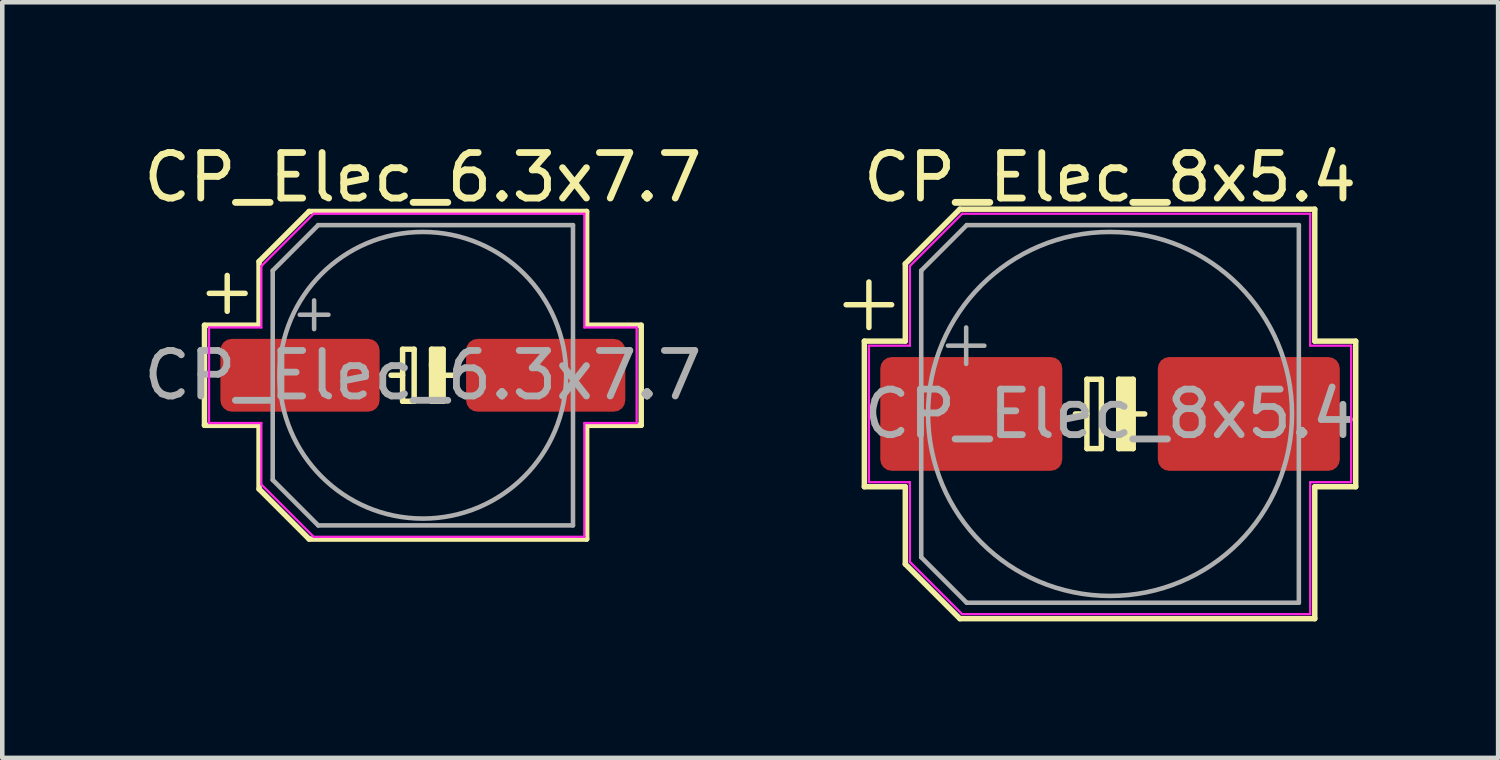
<source format=kicad_pcb>
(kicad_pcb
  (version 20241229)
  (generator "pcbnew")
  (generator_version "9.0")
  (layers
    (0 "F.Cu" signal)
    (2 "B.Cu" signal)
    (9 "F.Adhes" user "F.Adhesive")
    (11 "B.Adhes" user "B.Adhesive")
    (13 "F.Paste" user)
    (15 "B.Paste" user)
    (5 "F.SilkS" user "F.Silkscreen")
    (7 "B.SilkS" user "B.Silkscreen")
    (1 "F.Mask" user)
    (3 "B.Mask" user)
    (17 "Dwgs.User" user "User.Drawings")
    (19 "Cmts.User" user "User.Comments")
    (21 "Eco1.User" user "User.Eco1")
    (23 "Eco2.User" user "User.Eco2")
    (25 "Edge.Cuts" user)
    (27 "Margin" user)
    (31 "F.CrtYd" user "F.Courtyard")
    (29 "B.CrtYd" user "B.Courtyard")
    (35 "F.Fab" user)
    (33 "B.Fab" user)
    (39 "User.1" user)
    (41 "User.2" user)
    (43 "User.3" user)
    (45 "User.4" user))
  (footprint "CP_Elec_6.3x7.7"
    (layer "F.Cu")
    (at 6.244 5.198)
    (property "Reference" "CP_Elec_6.3x7.7" (at 0 -4.35 0) (layer "F.SilkS") (effects (font (size 1 1) (thickness 0.15))))
    (attr smd)
    (fp_line (start -4.8 -1.1) (end -4.8 1.1) (stroke (width 0.12) (type solid)) (layer "F.SilkS"))
    (fp_line (start -4.8 1.1) (end -3.6 1.1) (stroke (width 0.12) (type solid)) (layer "F.SilkS"))
    (fp_line (start -4.694 -1.8) (end -3.906 -1.8) (stroke (width 0.12) (type solid)) (layer "F.SilkS"))
    (fp_line (start -4.3 -2.194) (end -4.3 -1.406) (stroke (width 0.12) (type solid)) (layer "F.SilkS"))
    (fp_line (start -3.6 -2.5) (end -3.6 -1.1) (stroke (width 0.12) (type solid)) (layer "F.SilkS"))
    (fp_line (start -3.6 -1.1) (end -4.8 -1.1) (stroke (width 0.12) (type solid)) (layer "F.SilkS"))
    (fp_line (start -3.6 1.1) (end -3.6 2.5) (stroke (width 0.12) (type solid)) (layer "F.SilkS"))
    (fp_line (start -3.6 2.5) (end -2.5 3.6) (stroke (width 0.12) (type solid)) (layer "F.SilkS"))
    (fp_line (start -2.5 -3.6) (end -3.6 -2.5) (stroke (width 0.12) (type solid)) (layer "F.SilkS"))
    (fp_line (start -2.5 3.6) (end 3.6 3.6) (stroke (width 0.12) (type solid)) (layer "F.SilkS"))
    (fp_line (start -0.445 -0.572) (end -0.191 -0.572) (stroke (width 0.12) (type solid)) (layer "F.SilkS"))
    (fp_line (start -0.445 0) (end -0.699 0) (stroke (width 0.12) (type solid)) (layer "F.SilkS"))
    (fp_line (start -0.445 0.572) (end -0.445 -0.572) (stroke (width 0.12) (type solid)) (layer "F.SilkS"))
    (fp_line (start -0.191 -0.572) (end -0.191 0.572) (stroke (width 0.12) (type solid)) (layer "F.SilkS"))
    (fp_line (start -0.191 0.572) (end -0.445 0.572) (stroke (width 0.12) (type solid)) (layer "F.SilkS"))
    (fp_line (start 0.191 -0.572) (end 0.191 -0.191) (stroke (width 0.12) (type solid)) (layer "F.SilkS"))
    (fp_line (start 0.191 -0.572) (end 0.445 -0.572) (stroke (width 0.12) (type solid)) (layer "F.SilkS"))
    (fp_line (start 0.191 -0.254) (end 0.191 0.572) (stroke (width 0.12) (type solid)) (layer "F.SilkS"))
    (fp_line (start 0.445 0) (end 0.699 0) (stroke (width 0.12) (type solid)) (layer "F.SilkS"))
    (fp_line (start 0.445 0.572) (end 0.191 0.572) (stroke (width 0.12) (type solid)) (layer "F.SilkS"))
    (fp_line (start 0.445 0.572) (end 0.445 -0.572) (stroke (width 0.12) (type solid)) (layer "F.SilkS"))
    (fp_line (start 3.6 -3.6) (end -2.5 -3.6) (stroke (width 0.12) (type solid)) (layer "F.SilkS"))
    (fp_line (start 3.6 -1.1) (end 3.6 -3.6) (stroke (width 0.12) (type solid)) (layer "F.SilkS"))
    (fp_line (start 3.6 1.1) (end 4.8 1.1) (stroke (width 0.12) (type solid)) (layer "F.SilkS"))
    (fp_line (start 3.6 3.6) (end 3.6 1.1) (stroke (width 0.12) (type solid)) (layer "F.SilkS"))
    (fp_line (start 4.8 -1.1) (end 3.6 -1.1) (stroke (width 0.12) (type solid)) (layer "F.SilkS"))
    (fp_line (start 4.8 1.1) (end 4.8 -1.1) (stroke (width 0.12) (type solid)) (layer "F.SilkS"))
    (fp_poly (pts (xy 0.445 0.572) (xy 0.191 0.572) (xy 0.191 -0.572) (xy 0.445 -0.572)) (stroke (width 0.1) (type solid)) (fill yes) (layer "F.SilkS"))
    (fp_line (start -4.7 -1.05) (end -4.7 1.05) (stroke (width 0.05) (type solid)) (layer "F.CrtYd"))
    (fp_line (start -4.7 1.05) (end -3.55 1.05) (stroke (width 0.05) (type solid)) (layer "F.CrtYd"))
    (fp_line (start -3.55 -2.4) (end -3.55 -1.05) (stroke (width 0.05) (type solid)) (layer "F.CrtYd"))
    (fp_line (start -3.55 -2.4) (end -2.4 -3.55) (stroke (width 0.05) (type solid)) (layer "F.CrtYd"))
    (fp_line (start -3.55 -1.05) (end -4.7 -1.05) (stroke (width 0.05) (type solid)) (layer "F.CrtYd"))
    (fp_line (start -3.55 1.05) (end -3.55 2.4) (stroke (width 0.05) (type solid)) (layer "F.CrtYd"))
    (fp_line (start -3.55 2.4) (end -2.4 3.55) (stroke (width 0.05) (type solid)) (layer "F.CrtYd"))
    (fp_line (start -2.4 -3.55) (end 3.55 -3.55) (stroke (width 0.05) (type solid)) (layer "F.CrtYd"))
    (fp_line (start -2.4 3.55) (end 3.55 3.55) (stroke (width 0.05) (type solid)) (layer "F.CrtYd"))
    (fp_line (start 3.55 -3.55) (end 3.55 -1.05) (stroke (width 0.05) (type solid)) (layer "F.CrtYd"))
    (fp_line (start 3.55 -1.05) (end 4.7 -1.05) (stroke (width 0.05) (type solid)) (layer "F.CrtYd"))
    (fp_line (start 3.55 1.05) (end 3.55 3.55) (stroke (width 0.05) (type solid)) (layer "F.CrtYd"))
    (fp_line (start 4.7 -1.05) (end 4.7 1.05) (stroke (width 0.05) (type solid)) (layer "F.CrtYd"))
    (fp_line (start 4.7 1.05) (end 3.55 1.05) (stroke (width 0.05) (type solid)) (layer "F.CrtYd"))
    (fp_line (start -3.3 -2.3) (end -3.3 2.3) (stroke (width 0.1) (type solid)) (layer "F.Fab"))
    (fp_line (start -3.3 -2.3) (end -2.3 -3.3) (stroke (width 0.1) (type solid)) (layer "F.Fab"))
    (fp_line (start -3.3 2.3) (end -2.3 3.3) (stroke (width 0.1) (type solid)) (layer "F.Fab"))
    (fp_line (start -2.705 -1.33) (end -2.075 -1.33) (stroke (width 0.1) (type solid)) (layer "F.Fab"))
    (fp_line (start -2.39 -1.645) (end -2.39 -1.015) (stroke (width 0.1) (type solid)) (layer "F.Fab"))
    (fp_line (start -2.3 -3.3) (end 3.3 -3.3) (stroke (width 0.1) (type solid)) (layer "F.Fab"))
    (fp_line (start -2.3 3.3) (end 3.3 3.3) (stroke (width 0.1) (type solid)) (layer "F.Fab"))
    (fp_line (start 3.3 -3.3) (end 3.3 3.3) (stroke (width 0.1) (type solid)) (layer "F.Fab"))
    (fp_circle (center 0 0) (end 3.15 0) (stroke (width 0.1) (type solid)) (fill no) (layer "F.Fab"))
    (fp_text user "${REFERENCE}" (at 0 0 0) (layer "F.Fab") (effects (font (size 1 1) (thickness 0.15))))
    (pad "1" smd roundrect (at -2.7 0) (size 3.5 1.6) (layers "F.Cu" "F.Mask" "F.Paste") (roundrect_rratio 0.156))
    (pad "2" smd roundrect (at 2.7 0) (size 3.5 1.6) (layers "F.Cu" "F.Mask" "F.Paste") (roundrect_rratio 0.156)))
  (footprint "CP_Elec_8x5.4"
    (layer "F.Cu")
    (at 21.348 6.048)
    (property "Reference" "CP_Elec_8x5.4" (at 0 -5.2 0) (layer "F.SilkS") (effects (font (size 1 1) (thickness 0.15))))
    (attr smd)
    (fp_line (start -5.8 -2.4) (end -4.8 -2.4) (stroke (width 0.12) (type solid)) (layer "F.SilkS"))
    (fp_line (start -5.4 -1.6) (end -5.4 1.6) (stroke (width 0.12) (type solid)) (layer "F.SilkS"))
    (fp_line (start -5.4 1.6) (end -4.5 1.6) (stroke (width 0.12) (type solid)) (layer "F.SilkS"))
    (fp_line (start -5.3 -2.9) (end -5.3 -1.9) (stroke (width 0.12) (type solid)) (layer "F.SilkS"))
    (fp_line (start -4.5 -3.3) (end -4.5 -1.6) (stroke (width 0.12) (type solid)) (layer "F.SilkS"))
    (fp_line (start -4.5 -1.6) (end -5.4 -1.6) (stroke (width 0.12) (type solid)) (layer "F.SilkS"))
    (fp_line (start -4.5 1.6) (end -4.5 3.3) (stroke (width 0.12) (type solid)) (layer "F.SilkS"))
    (fp_line (start -4.5 3.3) (end -3.3 4.5) (stroke (width 0.12) (type solid)) (layer "F.SilkS"))
    (fp_line (start -3.3 -4.5) (end -4.5 -3.3) (stroke (width 0.12) (type solid)) (layer "F.SilkS"))
    (fp_line (start -3.3 4.5) (end 4.5 4.5) (stroke (width 0.12) (type solid)) (layer "F.SilkS"))
    (fp_line (start -0.508 0) (end -0.762 0) (stroke (width 0.12) (type solid)) (layer "F.SilkS"))
    (fp_line (start -0.508 0.762) (end -0.508 -0.762) (stroke (width 0.12) (type solid)) (layer "F.SilkS"))
    (fp_line (start -0.508 0.762) (end -0.191 0.762) (stroke (width 0.12) (type solid)) (layer "F.SilkS"))
    (fp_line (start -0.191 -0.762) (end -0.508 -0.762) (stroke (width 0.12) (type solid)) (layer "F.SilkS"))
    (fp_line (start -0.191 -0.762) (end -0.191 0.762) (stroke (width 0.12) (type solid)) (layer "F.SilkS"))
    (fp_line (start 0.191 -0.762) (end 0.191 -0.191) (stroke (width 0.12) (type solid)) (layer "F.SilkS"))
    (fp_line (start 0.191 -0.254) (end 0.191 0.762) (stroke (width 0.12) (type solid)) (layer "F.SilkS"))
    (fp_line (start 0.191 0.762) (end 0.508 0.762) (stroke (width 0.12) (type solid)) (layer "F.SilkS"))
    (fp_line (start 0.508 -0.762) (end 0.191 -0.762) (stroke (width 0.12) (type solid)) (layer "F.SilkS"))
    (fp_line (start 0.508 0) (end 0.762 0) (stroke (width 0.12) (type solid)) (layer "F.SilkS"))
    (fp_line (start 0.508 0.762) (end 0.508 -0.762) (stroke (width 0.12) (type solid)) (layer "F.SilkS"))
    (fp_line (start 4.5 -4.5) (end -3.3 -4.5) (stroke (width 0.12) (type solid)) (layer "F.SilkS"))
    (fp_line (start 4.5 -1.6) (end 4.5 -4.5) (stroke (width 0.12) (type solid)) (layer "F.SilkS"))
    (fp_line (start 4.5 1.6) (end 5.4 1.6) (stroke (width 0.12) (type solid)) (layer "F.SilkS"))
    (fp_line (start 4.5 4.5) (end 4.5 1.6) (stroke (width 0.12) (type solid)) (layer "F.SilkS"))
    (fp_line (start 5.4 -1.6) (end 4.5 -1.6) (stroke (width 0.12) (type solid)) (layer "F.SilkS"))
    (fp_line (start 5.4 1.6) (end 5.4 -1.6) (stroke (width 0.12) (type solid)) (layer "F.SilkS"))
    (fp_poly (pts (xy 0.508 0.762) (xy 0.191 0.762) (xy 0.191 -0.762) (xy 0.508 -0.762)) (stroke (width 0.1) (type solid)) (fill yes) (layer "F.SilkS"))
    (fp_line (start -5.3 -1.5) (end -5.3 1.5) (stroke (width 0.05) (type solid)) (layer "F.CrtYd"))
    (fp_line (start -5.3 1.5) (end -4.4 1.5) (stroke (width 0.05) (type solid)) (layer "F.CrtYd"))
    (fp_line (start -4.4 -3.25) (end -4.4 -1.5) (stroke (width 0.05) (type solid)) (layer "F.CrtYd"))
    (fp_line (start -4.4 -3.25) (end -3.25 -4.4) (stroke (width 0.05) (type solid)) (layer "F.CrtYd"))
    (fp_line (start -4.4 -1.5) (end -5.3 -1.5) (stroke (width 0.05) (type solid)) (layer "F.CrtYd"))
    (fp_line (start -4.4 1.5) (end -4.4 3.25) (stroke (width 0.05) (type solid)) (layer "F.CrtYd"))
    (fp_line (start -4.4 3.25) (end -3.25 4.4) (stroke (width 0.05) (type solid)) (layer "F.CrtYd"))
    (fp_line (start -3.25 -4.4) (end 4.4 -4.4) (stroke (width 0.05) (type solid)) (layer "F.CrtYd"))
    (fp_line (start -3.25 4.4) (end 4.4 4.4) (stroke (width 0.05) (type solid)) (layer "F.CrtYd"))
    (fp_line (start 4.4 -4.4) (end 4.4 -1.5) (stroke (width 0.05) (type solid)) (layer "F.CrtYd"))
    (fp_line (start 4.4 -1.5) (end 5.3 -1.5) (stroke (width 0.05) (type solid)) (layer "F.CrtYd"))
    (fp_line (start 4.4 1.5) (end 4.4 4.4) (stroke (width 0.05) (type solid)) (layer "F.CrtYd"))
    (fp_line (start 5.3 -1.5) (end 5.3 1.5) (stroke (width 0.05) (type solid)) (layer "F.CrtYd"))
    (fp_line (start 5.3 1.5) (end 4.4 1.5) (stroke (width 0.05) (type solid)) (layer "F.CrtYd"))
    (fp_line (start -4.15 -3.15) (end -4.15 3.15) (stroke (width 0.1) (type solid)) (layer "F.Fab"))
    (fp_line (start -4.15 -3.15) (end -3.15 -4.15) (stroke (width 0.1) (type solid)) (layer "F.Fab"))
    (fp_line (start -4.15 3.15) (end -3.15 4.15) (stroke (width 0.1) (type solid)) (layer "F.Fab"))
    (fp_line (start -3.562 -1.5) (end -2.762 -1.5) (stroke (width 0.1) (type solid)) (layer "F.Fab"))
    (fp_line (start -3.162 -1.9) (end -3.162 -1.1) (stroke (width 0.1) (type solid)) (layer "F.Fab"))
    (fp_line (start -3.15 -4.15) (end 4.15 -4.15) (stroke (width 0.1) (type solid)) (layer "F.Fab"))
    (fp_line (start -3.15 4.15) (end 4.15 4.15) (stroke (width 0.1) (type solid)) (layer "F.Fab"))
    (fp_line (start 4.15 -4.15) (end 4.15 4.15) (stroke (width 0.1) (type solid)) (layer "F.Fab"))
    (fp_circle (center 0 0) (end 4 0) (stroke (width 0.1) (type solid)) (fill no) (layer "F.Fab"))
    (fp_text user "${REFERENCE}" (at 0 0 0) (layer "F.Fab") (effects (font (size 1 1) (thickness 0.15))))
    (pad "1" smd roundrect (at -3.05 0) (size 4 2.5) (layers "F.Cu" "F.Mask" "F.Paste") (roundrect_rratio 0.1))
    (pad "2" smd roundrect (at 3.05 0) (size 4 2.5) (layers "F.Cu" "F.Mask" "F.Paste") (roundrect_rratio 0.1)))
  (gr_rect
    (start -3 -3)
    (end 29.878 13.608)
    (stroke (width 0.1) (type default))
    (fill no)
    (layer "Edge.Cuts")))
</source>
